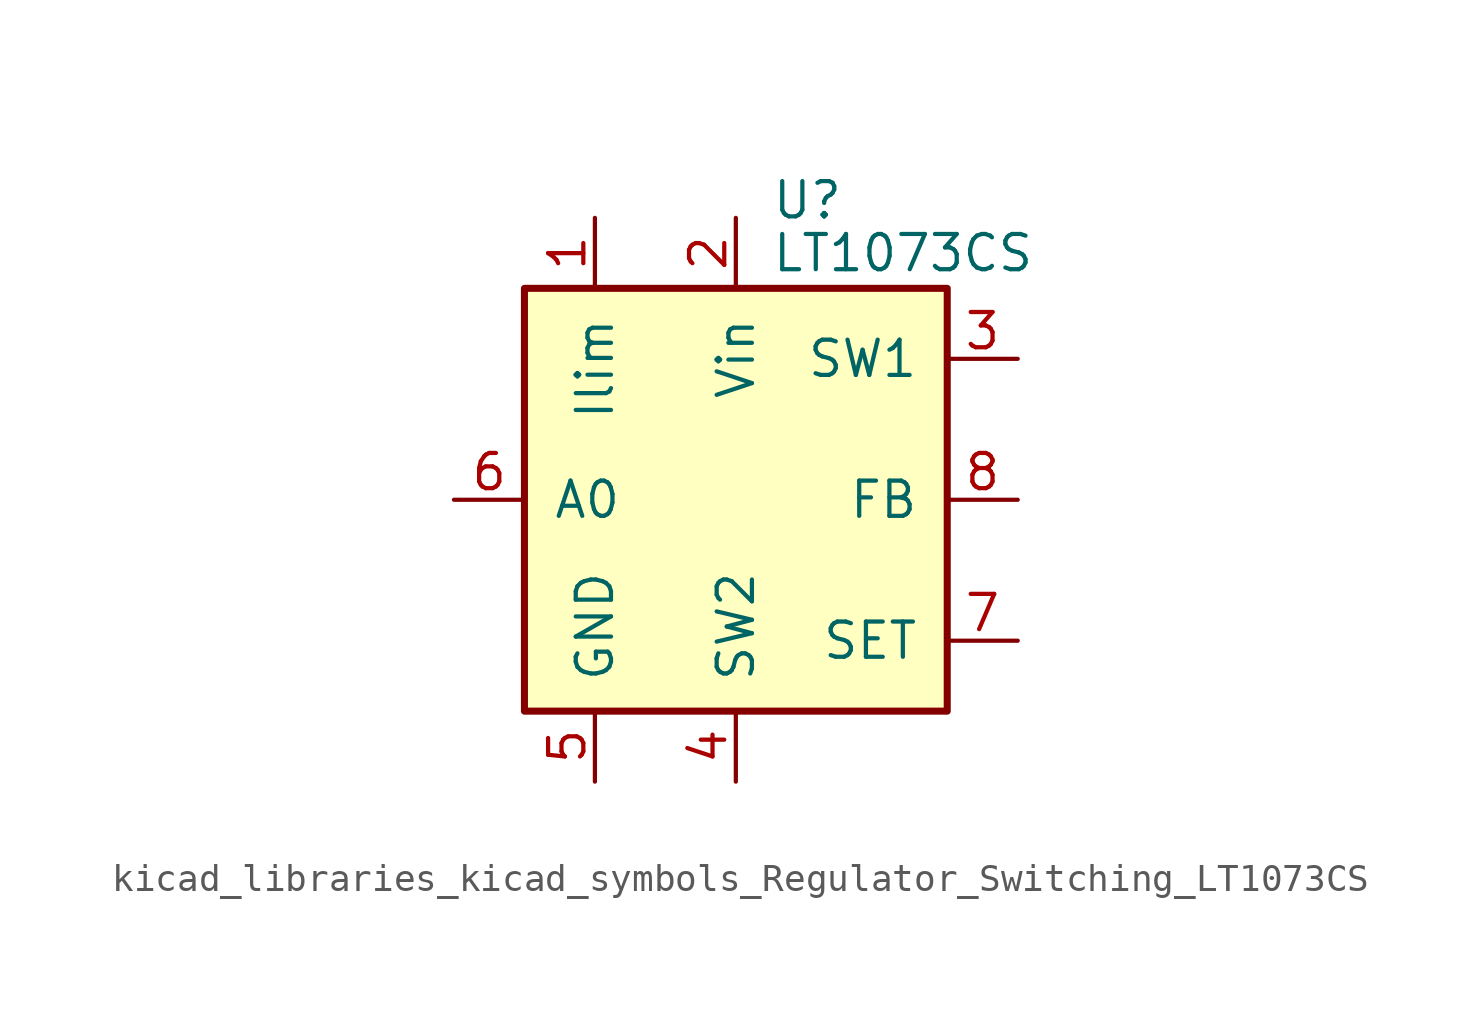
<source format=kicad_sym>
(kicad_symbol_lib
  (version 20220914)
  (generator kicad_symbol_editor)
  (symbol "kicad_libraries_kicad_symbols_Regulator_Switching_LT1073CS"
    (pin_names
      (offset 1.016))
    (property "Reference" "U"
      (at 1.27 10.795 0)
      (effects (font (size 1.27 1.27)) (justify left)))
    (property "Value" "LT1073CS"
      (at 1.27 8.89 0)
      (effects (font (size 1.27 1.27)) (justify left)))
    (symbol "kicad_libraries_kicad_symbols_Regulator_Switching_LT1073CS_0_1"
      (rectangle (start -7.62 7.62) (end 7.62 -7.62) (stroke (width 0.254) (type default)) (fill (type background))))
    (symbol "kicad_libraries_kicad_symbols_Regulator_Switching_LT1073CS_1_1"
      (pin input line (at -5.08 10.16 270) (length 2.54) (name "Ilim" (effects (font (size 1.27 1.27)))) (number "1" (effects (font (size 1.27 1.27)))))
      (pin power_in line (at 0 10.16 270) (length 2.54) (name "Vin" (effects (font (size 1.27 1.27)))) (number "2" (effects (font (size 1.27 1.27)))))
      (pin input line (at 10.16 5.08 180) (length 2.54) (name "SW1" (effects (font (size 1.27 1.27)))) (number "3" (effects (font (size 1.27 1.27)))))
      (pin input line (at 0 -10.16 90) (length 2.54) (name "SW2" (effects (font (size 1.27 1.27)))) (number "4" (effects (font (size 1.27 1.27)))))
      (pin power_in line (at -5.08 -10.16 90) (length 2.54) (name "GND" (effects (font (size 1.27 1.27)))) (number "5" (effects (font (size 1.27 1.27)))))
      (pin output line (at -10.16 0 0) (length 2.54) (name "A0" (effects (font (size 1.27 1.27)))) (number "6" (effects (font (size 1.27 1.27)))))
      (pin input line (at 10.16 -5.08 180) (length 2.54) (name "SET" (effects (font (size 1.27 1.27)))) (number "7" (effects (font (size 1.27 1.27)))))
      (pin input line (at 10.16 0 180) (length 2.54) (name "FB" (effects (font (size 1.27 1.27)))) (number "8" (effects (font (size 1.27 1.27))))))))
</source>
